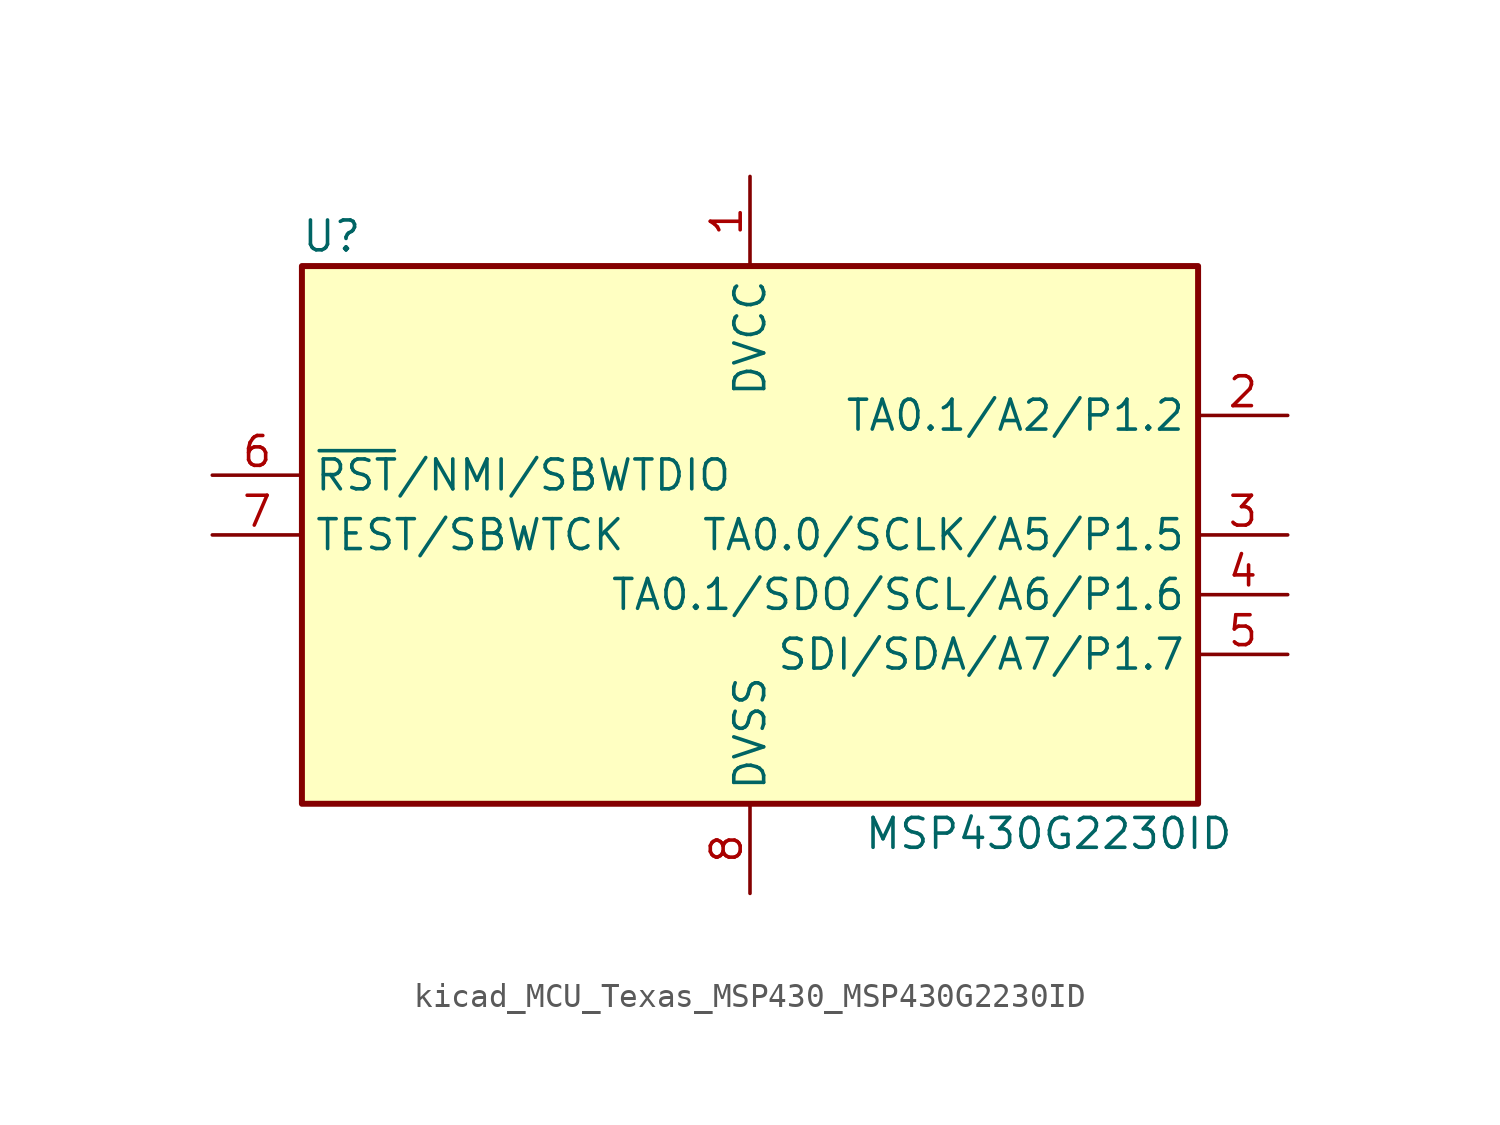
<source format=kicad_sym>
(kicad_symbol_lib
  (version 20220914)
  (generator kicad_symbol_editor)
  (symbol "kicad_MCU_Texas_MSP430_MSP430G2230ID"
    (property "Reference" "U"
      (at -17.78 12.7 0)
      (effects (font (size 1.27 1.27))))
    (property "Value" "MSP430G2230ID"
      (at 12.7 -12.7 0)
      (effects (font (size 1.27 1.27))))
    (symbol "kicad_MCU_Texas_MSP430_MSP430G2230ID_0_1"
      (rectangle (start -19.05 11.43) (end 19.05 -11.43) (stroke (width 0.254) (type default)) (fill (type background))))
    (symbol "kicad_MCU_Texas_MSP430_MSP430G2230ID_1_1"
      (pin power_in line (at 0 15.24 270) (length 3.81) (name "DVCC" (effects (font (size 1.27 1.27)))) (number "1" (effects (font (size 1.27 1.27)))))
      (pin bidirectional line (at 22.86 5.08 180) (length 3.81) (name "TA0.1/A2/P1.2" (effects (font (size 1.27 1.27)))) (number "2" (effects (font (size 1.27 1.27)))))
      (pin bidirectional line (at 22.86 0 180) (length 3.81) (name "TA0.0/SCLK/A5/P1.5" (effects (font (size 1.27 1.27)))) (number "3" (effects (font (size 1.27 1.27)))))
      (pin bidirectional line (at 22.86 -2.54 180) (length 3.81) (name "TA0.1/SDO/SCL/A6/P1.6" (effects (font (size 1.27 1.27)))) (number "4" (effects (font (size 1.27 1.27)))))
      (pin bidirectional line (at 22.86 -5.08 180) (length 3.81) (name "SDI/SDA/A7/P1.7" (effects (font (size 1.27 1.27)))) (number "5" (effects (font (size 1.27 1.27)))))
      (pin input line (at -22.86 2.54 0) (length 3.81) (name "~{RST}/NMI/SBWTDIO" (effects (font (size 1.27 1.27)))) (number "6" (effects (font (size 1.27 1.27)))))
      (pin input line (at -22.86 0 0) (length 3.81) (name "TEST/SBWTCK" (effects (font (size 1.27 1.27)))) (number "7" (effects (font (size 1.27 1.27)))))
      (pin power_in line (at 0 -15.24 90) (length 3.81) (name "DVSS" (effects (font (size 1.27 1.27)))) (number "8" (effects (font (size 1.27 1.27))))))))
</source>
